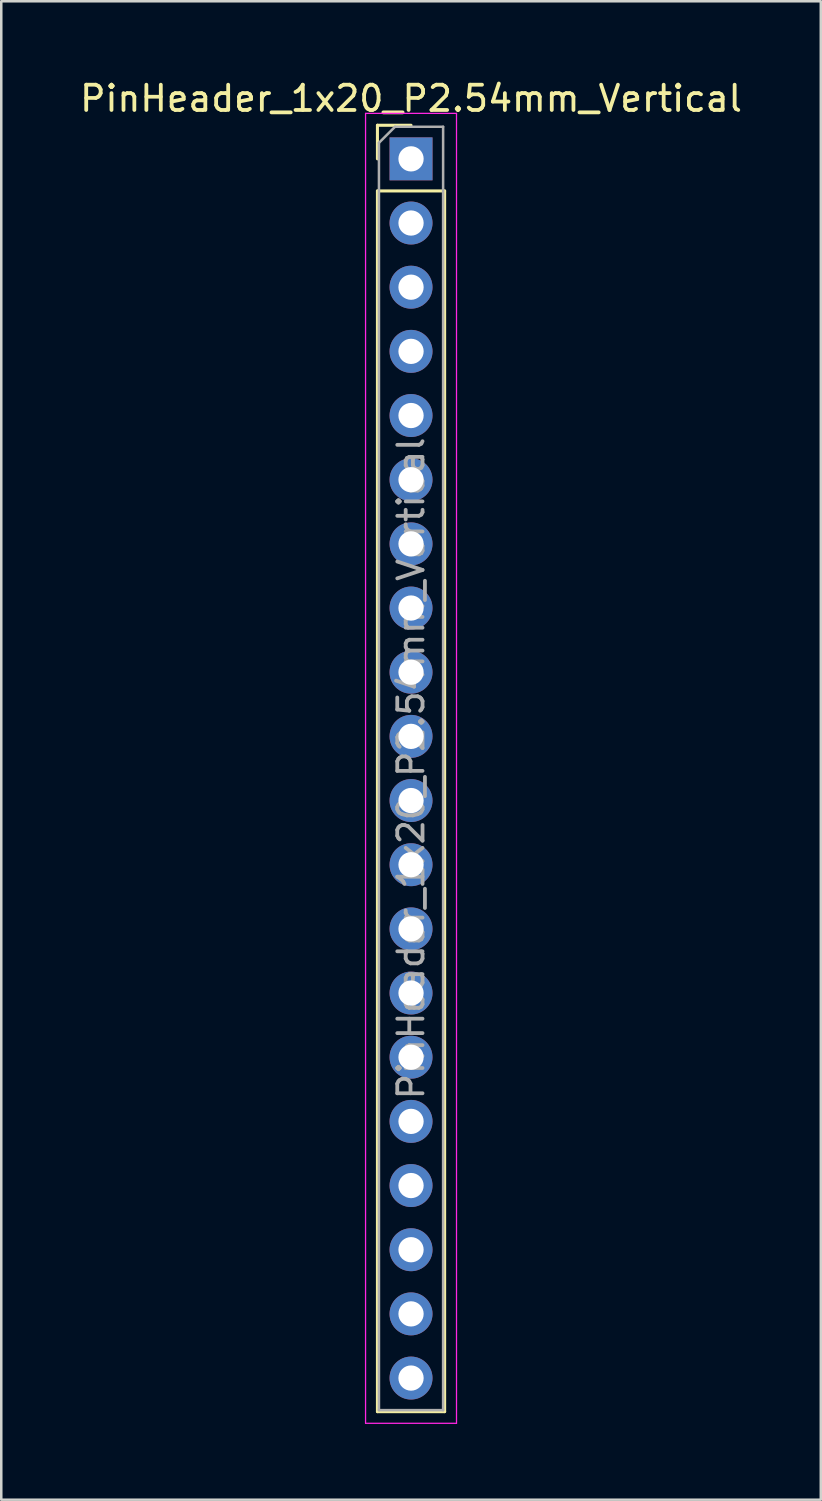
<source format=kicad_pcb>
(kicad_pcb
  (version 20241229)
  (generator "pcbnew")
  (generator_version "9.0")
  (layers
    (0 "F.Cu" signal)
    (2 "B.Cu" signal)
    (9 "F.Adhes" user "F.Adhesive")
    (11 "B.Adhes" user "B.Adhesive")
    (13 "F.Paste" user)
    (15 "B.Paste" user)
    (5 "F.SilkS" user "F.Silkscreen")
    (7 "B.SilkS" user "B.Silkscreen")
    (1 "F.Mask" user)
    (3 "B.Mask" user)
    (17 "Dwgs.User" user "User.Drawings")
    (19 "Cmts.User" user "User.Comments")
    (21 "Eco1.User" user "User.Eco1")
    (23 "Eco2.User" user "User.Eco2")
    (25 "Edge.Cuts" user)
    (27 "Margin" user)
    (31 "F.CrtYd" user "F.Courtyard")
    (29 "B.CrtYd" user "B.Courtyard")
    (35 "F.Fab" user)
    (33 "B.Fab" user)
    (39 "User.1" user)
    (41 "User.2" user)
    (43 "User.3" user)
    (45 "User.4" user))
  (footprint "PinHeader_1x20_P2.54mm_Vertical"
    (layer "F.Cu")
    (at 13.22 3.238)
    (property "Reference" "PinHeader_1x20_P2.54mm_Vertical" (at 0 -2.39 0) (layer "F.SilkS") (effects (font (size 1 1) (thickness 0.15))))
    (attr through_hole)
    (fp_line (start -1.33 -1.33) (end 0 -1.33) (stroke (width 0.12) (type solid)) (layer "F.SilkS"))
    (fp_line (start -1.33 0) (end -1.33 -1.33) (stroke (width 0.12) (type solid)) (layer "F.SilkS"))
    (fp_line (start -1.33 1.27) (end -1.33 49.59) (stroke (width 0.12) (type solid)) (layer "F.SilkS"))
    (fp_line (start -1.33 1.27) (end 1.33 1.27) (stroke (width 0.12) (type solid)) (layer "F.SilkS"))
    (fp_line (start -1.33 49.59) (end 1.33 49.59) (stroke (width 0.12) (type solid)) (layer "F.SilkS"))
    (fp_line (start 1.33 1.27) (end 1.33 49.59) (stroke (width 0.12) (type solid)) (layer "F.SilkS"))
    (fp_line (start -1.8 -1.8) (end -1.8 50.05) (stroke (width 0.05) (type solid)) (layer "F.CrtYd"))
    (fp_line (start -1.8 50.05) (end 1.8 50.05) (stroke (width 0.05) (type solid)) (layer "F.CrtYd"))
    (fp_line (start 1.8 -1.8) (end -1.8 -1.8) (stroke (width 0.05) (type solid)) (layer "F.CrtYd"))
    (fp_line (start 1.8 50.05) (end 1.8 -1.8) (stroke (width 0.05) (type solid)) (layer "F.CrtYd"))
    (fp_line (start -1.27 -0.635) (end -0.635 -1.27) (stroke (width 0.1) (type solid)) (layer "F.Fab"))
    (fp_line (start -1.27 49.53) (end -1.27 -0.635) (stroke (width 0.1) (type solid)) (layer "F.Fab"))
    (fp_line (start -0.635 -1.27) (end 1.27 -1.27) (stroke (width 0.1) (type solid)) (layer "F.Fab"))
    (fp_line (start 1.27 -1.27) (end 1.27 49.53) (stroke (width 0.1) (type solid)) (layer "F.Fab"))
    (fp_line (start 1.27 49.53) (end -1.27 49.53) (stroke (width 0.1) (type solid)) (layer "F.Fab"))
    (fp_text user "${REFERENCE}" (at 0 24.13 90) (layer "F.Fab") (effects (font (size 1 1) (thickness 0.15))))
    (pad "1" thru_hole rect (at 0 0) (size 1.7 1.7) (drill 1) (layers "*.Cu" "*.Mask"))
    (pad "2" thru_hole oval (at 0 2.54) (size 1.7 1.7) (drill 1) (layers "*.Cu" "*.Mask"))
    (pad "3" thru_hole oval (at 0 5.08) (size 1.7 1.7) (drill 1) (layers "*.Cu" "*.Mask"))
    (pad "4" thru_hole oval (at 0 7.62) (size 1.7 1.7) (drill 1) (layers "*.Cu" "*.Mask"))
    (pad "5" thru_hole oval (at 0 10.16) (size 1.7 1.7) (drill 1) (layers "*.Cu" "*.Mask"))
    (pad "6" thru_hole oval (at 0 12.7) (size 1.7 1.7) (drill 1) (layers "*.Cu" "*.Mask"))
    (pad "7" thru_hole oval (at 0 15.24) (size 1.7 1.7) (drill 1) (layers "*.Cu" "*.Mask"))
    (pad "8" thru_hole oval (at 0 17.78) (size 1.7 1.7) (drill 1) (layers "*.Cu" "*.Mask"))
    (pad "9" thru_hole oval (at 0 20.32) (size 1.7 1.7) (drill 1) (layers "*.Cu" "*.Mask"))
    (pad "10" thru_hole oval (at 0 22.86) (size 1.7 1.7) (drill 1) (layers "*.Cu" "*.Mask"))
    (pad "11" thru_hole oval (at 0 25.4) (size 1.7 1.7) (drill 1) (layers "*.Cu" "*.Mask"))
    (pad "12" thru_hole oval (at 0 27.94) (size 1.7 1.7) (drill 1) (layers "*.Cu" "*.Mask"))
    (pad "13" thru_hole oval (at 0 30.48) (size 1.7 1.7) (drill 1) (layers "*.Cu" "*.Mask"))
    (pad "14" thru_hole oval (at 0 33.02) (size 1.7 1.7) (drill 1) (layers "*.Cu" "*.Mask"))
    (pad "15" thru_hole oval (at 0 35.56) (size 1.7 1.7) (drill 1) (layers "*.Cu" "*.Mask"))
    (pad "16" thru_hole oval (at 0 38.1) (size 1.7 1.7) (drill 1) (layers "*.Cu" "*.Mask"))
    (pad "17" thru_hole oval (at 0 40.64) (size 1.7 1.7) (drill 1) (layers "*.Cu" "*.Mask"))
    (pad "18" thru_hole oval (at 0 43.18) (size 1.7 1.7) (drill 1) (layers "*.Cu" "*.Mask"))
    (pad "19" thru_hole oval (at 0 45.72) (size 1.7 1.7) (drill 1) (layers "*.Cu" "*.Mask"))
    (pad "20" thru_hole oval (at 0 48.26) (size 1.7 1.7) (drill 1) (layers "*.Cu" "*.Mask")))
  (gr_rect
    (start -3 -3)
    (end 29.44 56.313)
    (stroke (width 0.1) (type default))
    (fill no)
    (layer "Edge.Cuts")))
</source>
